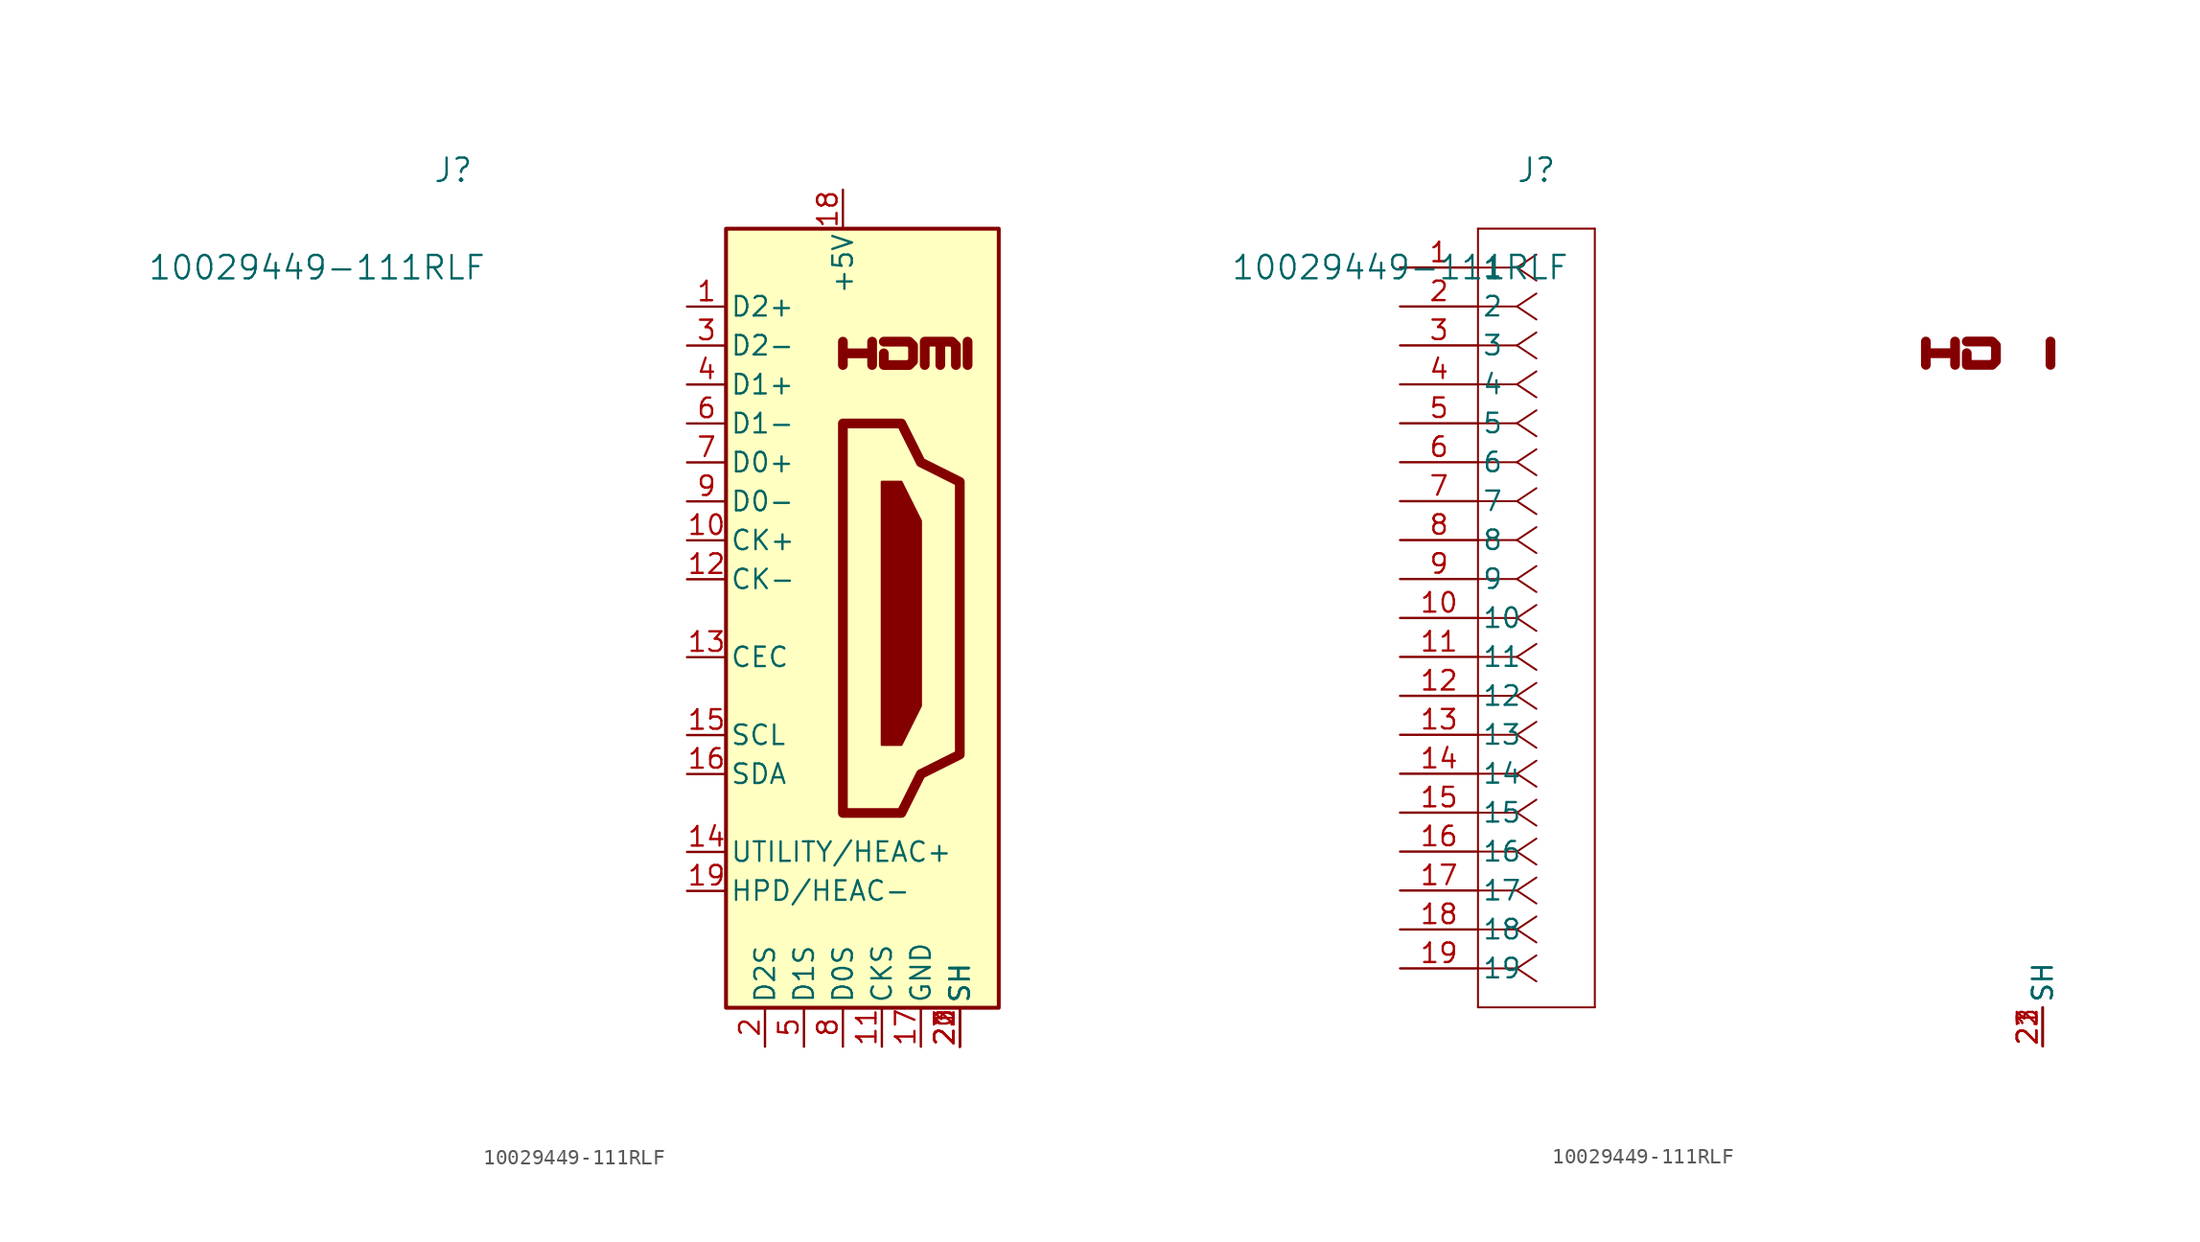
<source format=kicad_sym>
(kicad_symbol_lib
  (version 20220914)
  (generator kicad_symbol_editor)
  (symbol "10029449-111RLF"
    (pin_names
      (offset 0.254))
    (property "Reference" "J"
      (at 8.89 6.35 0)
      (effects (font (size 1.524 1.524))))
    (property "Value" "10029449-111RLF"
      (at 0 0 0)
      (effects (font (size 1.524 1.524))))
    (property "ki_locked" ""
      (at 0 0 0)
      (effects (font (size 1.27 1.27))))
    (symbol "10029449-111RLF_0_0"
      (polyline (pts (xy 42.418 -6.35) (xy 42.418 -4.826)) (stroke (width 0.635) (type default)) (fill (type none)))
      (polyline (pts (xy 34.29 -6.35) (xy 34.29 -4.826) (xy 34.29 -5.588) (xy 36.195 -5.588) (xy 36.195 -4.826) (xy 36.195 -6.35)) (stroke (width 0.635) (type default)) (fill (type none)))
      (polyline (pts (xy 36.957 -4.826) (xy 38.608 -4.826) (xy 38.862 -5.08) (xy 38.862 -6.096) (xy 38.608 -6.35) (xy 36.957 -6.35) (xy 36.957 -5.588)) (stroke (width 0.635) (type default)) (fill (type none))))
    (symbol "10029449-111RLF_0_1"
      (polyline (pts (xy 36.83 -13.97) (xy 38.1 -13.97) (xy 39.37 -16.51) (xy 39.37 -28.575) (xy 38.1 -31.115) (xy 36.83 -31.115) (xy 36.83 -13.97)) (stroke (width 0) (type default)) (fill (type outline)))
      (polyline (pts (xy 39.624 -6.35) (xy 39.624 -4.826) (xy 40.64 -4.826) (xy 40.64 -6.35) (xy 40.64 -4.826) (xy 41.402 -4.826) (xy 41.656 -5.08) (xy 41.656 -6.35)) (stroke (width 0.635) (type default)) (fill (type none)))
      (polyline (pts (xy 34.29 -10.16) (xy 34.29 -35.56) (xy 38.1 -35.56) (xy 39.37 -33.02) (xy 41.91 -31.75) (xy 41.91 -13.97) (xy 39.37 -12.7) (xy 38.1 -10.16) (xy 34.29 -10.16)) (stroke (width 0.635) (type default)) (fill (type none)))
      (rectangle (start 26.67 2.54) (end 44.45 -48.26) (stroke (width 0.254) (type default)) (fill (type background))))
    (symbol "10029449-111RLF_1_0"
      (pin passive line (at 41.91 -50.8 90) (length 2.54) (name "SH" (effects (font (size 1.27 1.27)))) (number "21" (effects (font (size 1.27 1.27)))))
      (pin passive line (at 41.91 -50.8 90) (length 2.54) (name "SH" (effects (font (size 1.27 1.27)))) (number "22" (effects (font (size 1.27 1.27)))))
      (pin passive line (at 41.91 -50.8 90) (length 2.54) (name "SH" (effects (font (size 1.27 1.27)))) (number "23" (effects (font (size 1.27 1.27))))))
    (symbol "10029449-111RLF_1_1"
      (pin passive line (at 24.13 -2.54 0) (length 2.54) (name "D2+" (effects (font (size 1.27 1.27)))) (number "1" (effects (font (size 1.27 1.27)))))
      (pin passive line (at 24.13 -17.78 0) (length 2.54) (name "CK+" (effects (font (size 1.27 1.27)))) (number "10" (effects (font (size 1.27 1.27)))))
      (pin power_in line (at 36.83 -50.8 90) (length 2.54) (name "CKS" (effects (font (size 1.27 1.27)))) (number "11" (effects (font (size 1.27 1.27)))))
      (pin passive line (at 24.13 -20.32 0) (length 2.54) (name "CK-" (effects (font (size 1.27 1.27)))) (number "12" (effects (font (size 1.27 1.27)))))
      (pin bidirectional line (at 24.13 -25.4 0) (length 2.54) (name "CEC" (effects (font (size 1.27 1.27)))) (number "13" (effects (font (size 1.27 1.27)))))
      (pin passive line (at 24.13 -38.1 0) (length 2.54) (name "UTILITY/HEAC+" (effects (font (size 1.27 1.27)))) (number "14" (effects (font (size 1.27 1.27)))))
      (pin passive line (at 24.13 -30.48 0) (length 2.54) (name "SCL" (effects (font (size 1.27 1.27)))) (number "15" (effects (font (size 1.27 1.27)))))
      (pin bidirectional line (at 24.13 -33.02 0) (length 2.54) (name "SDA" (effects (font (size 1.27 1.27)))) (number "16" (effects (font (size 1.27 1.27)))))
      (pin power_in line (at 39.37 -50.8 90) (length 2.54) (name "GND" (effects (font (size 1.27 1.27)))) (number "17" (effects (font (size 1.27 1.27)))))
      (pin power_in line (at 34.29 5.08 270) (length 2.54) (name "+5V" (effects (font (size 1.27 1.27)))) (number "18" (effects (font (size 1.27 1.27)))))
      (pin passive line (at 24.13 -40.64 0) (length 2.54) (name "HPD/HEAC-" (effects (font (size 1.27 1.27)))) (number "19" (effects (font (size 1.27 1.27)))))
      (pin power_in line (at 29.21 -50.8 90) (length 2.54) (name "D2S" (effects (font (size 1.27 1.27)))) (number "2" (effects (font (size 1.27 1.27)))))
      (pin passive line (at 41.91 -50.8 90) (length 2.54) (name "SH" (effects (font (size 1.27 1.27)))) (number "20" (effects (font (size 1.27 1.27)))))
      (pin passive line (at 24.13 -5.08 0) (length 2.54) (name "D2-" (effects (font (size 1.27 1.27)))) (number "3" (effects (font (size 1.27 1.27)))))
      (pin passive line (at 24.13 -7.62 0) (length 2.54) (name "D1+" (effects (font (size 1.27 1.27)))) (number "4" (effects (font (size 1.27 1.27)))))
      (pin power_in line (at 31.75 -50.8 90) (length 2.54) (name "D1S" (effects (font (size 1.27 1.27)))) (number "5" (effects (font (size 1.27 1.27)))))
      (pin passive line (at 24.13 -10.16 0) (length 2.54) (name "D1-" (effects (font (size 1.27 1.27)))) (number "6" (effects (font (size 1.27 1.27)))))
      (pin passive line (at 24.13 -12.7 0) (length 2.54) (name "D0+" (effects (font (size 1.27 1.27)))) (number "7" (effects (font (size 1.27 1.27)))))
      (pin power_in line (at 34.29 -50.8 90) (length 2.54) (name "D0S" (effects (font (size 1.27 1.27)))) (number "8" (effects (font (size 1.27 1.27)))))
      (pin passive line (at 24.13 -15.24 0) (length 2.54) (name "D0-" (effects (font (size 1.27 1.27)))) (number "9" (effects (font (size 1.27 1.27))))))
    (symbol "10029449-111RLF_1_2"
      (polyline (pts (xy 5.08 -48.26) (xy 12.7 -48.26)) (stroke (width 0.127) (type default)) (fill (type none)))
      (polyline (pts (xy 5.08 2.54) (xy 5.08 -48.26)) (stroke (width 0.127) (type default)) (fill (type none)))
      (polyline (pts (xy 7.62 -45.72) (xy 5.08 -45.72)) (stroke (width 0.127) (type default)) (fill (type none)))
      (polyline (pts (xy 7.62 -45.72) (xy 8.89 -46.567)) (stroke (width 0.127) (type default)) (fill (type none)))
      (polyline (pts (xy 7.62 -45.72) (xy 8.89 -44.873)) (stroke (width 0.127) (type default)) (fill (type none)))
      (polyline (pts (xy 7.62 -43.18) (xy 5.08 -43.18)) (stroke (width 0.127) (type default)) (fill (type none)))
      (polyline (pts (xy 7.62 -43.18) (xy 8.89 -44.027)) (stroke (width 0.127) (type default)) (fill (type none)))
      (polyline (pts (xy 7.62 -43.18) (xy 8.89 -42.333)) (stroke (width 0.127) (type default)) (fill (type none)))
      (polyline (pts (xy 7.62 -40.64) (xy 5.08 -40.64)) (stroke (width 0.127) (type default)) (fill (type none)))
      (polyline (pts (xy 7.62 -40.64) (xy 8.89 -41.487)) (stroke (width 0.127) (type default)) (fill (type none)))
      (polyline (pts (xy 7.62 -40.64) (xy 8.89 -39.793)) (stroke (width 0.127) (type default)) (fill (type none)))
      (polyline (pts (xy 7.62 -38.1) (xy 5.08 -38.1)) (stroke (width 0.127) (type default)) (fill (type none)))
      (polyline (pts (xy 7.62 -38.1) (xy 8.89 -38.947)) (stroke (width 0.127) (type default)) (fill (type none)))
      (polyline (pts (xy 7.62 -38.1) (xy 8.89 -37.253)) (stroke (width 0.127) (type default)) (fill (type none)))
      (polyline (pts (xy 7.62 -35.56) (xy 5.08 -35.56)) (stroke (width 0.127) (type default)) (fill (type none)))
      (polyline (pts (xy 7.62 -35.56) (xy 8.89 -36.407)) (stroke (width 0.127) (type default)) (fill (type none)))
      (polyline (pts (xy 7.62 -35.56) (xy 8.89 -34.713)) (stroke (width 0.127) (type default)) (fill (type none)))
      (polyline (pts (xy 7.62 -33.02) (xy 5.08 -33.02)) (stroke (width 0.127) (type default)) (fill (type none)))
      (polyline (pts (xy 7.62 -33.02) (xy 8.89 -33.867)) (stroke (width 0.127) (type default)) (fill (type none)))
      (polyline (pts (xy 7.62 -33.02) (xy 8.89 -32.173)) (stroke (width 0.127) (type default)) (fill (type none)))
      (polyline (pts (xy 7.62 -30.48) (xy 5.08 -30.48)) (stroke (width 0.127) (type default)) (fill (type none)))
      (polyline (pts (xy 7.62 -30.48) (xy 8.89 -31.327)) (stroke (width 0.127) (type default)) (fill (type none)))
      (polyline (pts (xy 7.62 -30.48) (xy 8.89 -29.633)) (stroke (width 0.127) (type default)) (fill (type none)))
      (polyline (pts (xy 7.62 -27.94) (xy 5.08 -27.94)) (stroke (width 0.127) (type default)) (fill (type none)))
      (polyline (pts (xy 7.62 -27.94) (xy 8.89 -28.787)) (stroke (width 0.127) (type default)) (fill (type none)))
      (polyline (pts (xy 7.62 -27.94) (xy 8.89 -27.093)) (stroke (width 0.127) (type default)) (fill (type none)))
      (polyline (pts (xy 7.62 -25.4) (xy 5.08 -25.4)) (stroke (width 0.127) (type default)) (fill (type none)))
      (polyline (pts (xy 7.62 -25.4) (xy 8.89 -26.247)) (stroke (width 0.127) (type default)) (fill (type none)))
      (polyline (pts (xy 7.62 -25.4) (xy 8.89 -24.553)) (stroke (width 0.127) (type default)) (fill (type none)))
      (polyline (pts (xy 7.62 -22.86) (xy 5.08 -22.86)) (stroke (width 0.127) (type default)) (fill (type none)))
      (polyline (pts (xy 7.62 -22.86) (xy 8.89 -23.707)) (stroke (width 0.127) (type default)) (fill (type none)))
      (polyline (pts (xy 7.62 -22.86) (xy 8.89 -22.013)) (stroke (width 0.127) (type default)) (fill (type none)))
      (polyline (pts (xy 7.62 -20.32) (xy 5.08 -20.32)) (stroke (width 0.127) (type default)) (fill (type none)))
      (polyline (pts (xy 7.62 -20.32) (xy 8.89 -21.167)) (stroke (width 0.127) (type default)) (fill (type none)))
      (polyline (pts (xy 7.62 -20.32) (xy 8.89 -19.473)) (stroke (width 0.127) (type default)) (fill (type none)))
      (polyline (pts (xy 7.62 -17.78) (xy 5.08 -17.78)) (stroke (width 0.127) (type default)) (fill (type none)))
      (polyline (pts (xy 7.62 -17.78) (xy 8.89 -18.627)) (stroke (width 0.127) (type default)) (fill (type none)))
      (polyline (pts (xy 7.62 -17.78) (xy 8.89 -16.933)) (stroke (width 0.127) (type default)) (fill (type none)))
      (polyline (pts (xy 7.62 -15.24) (xy 5.08 -15.24)) (stroke (width 0.127) (type default)) (fill (type none)))
      (polyline (pts (xy 7.62 -15.24) (xy 8.89 -16.087)) (stroke (width 0.127) (type default)) (fill (type none)))
      (polyline (pts (xy 7.62 -15.24) (xy 8.89 -14.393)) (stroke (width 0.127) (type default)) (fill (type none)))
      (polyline (pts (xy 7.62 -12.7) (xy 5.08 -12.7)) (stroke (width 0.127) (type default)) (fill (type none)))
      (polyline (pts (xy 7.62 -12.7) (xy 8.89 -13.547)) (stroke (width 0.127) (type default)) (fill (type none)))
      (polyline (pts (xy 7.62 -12.7) (xy 8.89 -11.853)) (stroke (width 0.127) (type default)) (fill (type none)))
      (polyline (pts (xy 7.62 -10.16) (xy 5.08 -10.16)) (stroke (width 0.127) (type default)) (fill (type none)))
      (polyline (pts (xy 7.62 -10.16) (xy 8.89 -11.007)) (stroke (width 0.127) (type default)) (fill (type none)))
      (polyline (pts (xy 7.62 -10.16) (xy 8.89 -9.313)) (stroke (width 0.127) (type default)) (fill (type none)))
      (polyline (pts (xy 7.62 -7.62) (xy 5.08 -7.62)) (stroke (width 0.127) (type default)) (fill (type none)))
      (polyline (pts (xy 7.62 -7.62) (xy 8.89 -8.467)) (stroke (width 0.127) (type default)) (fill (type none)))
      (polyline (pts (xy 7.62 -7.62) (xy 8.89 -6.773)) (stroke (width 0.127) (type default)) (fill (type none)))
      (polyline (pts (xy 7.62 -5.08) (xy 5.08 -5.08)) (stroke (width 0.127) (type default)) (fill (type none)))
      (polyline (pts (xy 7.62 -5.08) (xy 8.89 -5.927)) (stroke (width 0.127) (type default)) (fill (type none)))
      (polyline (pts (xy 7.62 -5.08) (xy 8.89 -4.233)) (stroke (width 0.127) (type default)) (fill (type none)))
      (polyline (pts (xy 7.62 -2.54) (xy 5.08 -2.54)) (stroke (width 0.127) (type default)) (fill (type none)))
      (polyline (pts (xy 7.62 -2.54) (xy 8.89 -3.387)) (stroke (width 0.127) (type default)) (fill (type none)))
      (polyline (pts (xy 7.62 -2.54) (xy 8.89 -1.693)) (stroke (width 0.127) (type default)) (fill (type none)))
      (polyline (pts (xy 7.62 0) (xy 5.08 0)) (stroke (width 0.127) (type default)) (fill (type none)))
      (polyline (pts (xy 7.62 0) (xy 8.89 -0.847)) (stroke (width 0.127) (type default)) (fill (type none)))
      (polyline (pts (xy 7.62 0) (xy 8.89 0.847)) (stroke (width 0.127) (type default)) (fill (type none)))
      (polyline (pts (xy 12.7 -48.26) (xy 12.7 2.54)) (stroke (width 0.127) (type default)) (fill (type none)))
      (polyline (pts (xy 12.7 2.54) (xy 5.08 2.54)) (stroke (width 0.127) (type default)) (fill (type none)))
      (pin unspecified line (at 0 0 0) (length 5.08) (name "1" (effects (font (size 1.27 1.27)))) (number "1" (effects (font (size 1.27 1.27)))))
      (pin unspecified line (at 0 -22.86 0) (length 5.08) (name "10" (effects (font (size 1.27 1.27)))) (number "10" (effects (font (size 1.27 1.27)))))
      (pin unspecified line (at 0 -25.4 0) (length 5.08) (name "11" (effects (font (size 1.27 1.27)))) (number "11" (effects (font (size 1.27 1.27)))))
      (pin unspecified line (at 0 -27.94 0) (length 5.08) (name "12" (effects (font (size 1.27 1.27)))) (number "12" (effects (font (size 1.27 1.27)))))
      (pin unspecified line (at 0 -30.48 0) (length 5.08) (name "13" (effects (font (size 1.27 1.27)))) (number "13" (effects (font (size 1.27 1.27)))))
      (pin unspecified line (at 0 -33.02 0) (length 5.08) (name "14" (effects (font (size 1.27 1.27)))) (number "14" (effects (font (size 1.27 1.27)))))
      (pin unspecified line (at 0 -35.56 0) (length 5.08) (name "15" (effects (font (size 1.27 1.27)))) (number "15" (effects (font (size 1.27 1.27)))))
      (pin unspecified line (at 0 -38.1 0) (length 5.08) (name "16" (effects (font (size 1.27 1.27)))) (number "16" (effects (font (size 1.27 1.27)))))
      (pin unspecified line (at 0 -40.64 0) (length 5.08) (name "17" (effects (font (size 1.27 1.27)))) (number "17" (effects (font (size 1.27 1.27)))))
      (pin unspecified line (at 0 -43.18 0) (length 5.08) (name "18" (effects (font (size 1.27 1.27)))) (number "18" (effects (font (size 1.27 1.27)))))
      (pin unspecified line (at 0 -45.72 0) (length 5.08) (name "19" (effects (font (size 1.27 1.27)))) (number "19" (effects (font (size 1.27 1.27)))))
      (pin unspecified line (at 0 -2.54 0) (length 5.08) (name "2" (effects (font (size 1.27 1.27)))) (number "2" (effects (font (size 1.27 1.27)))))
      (pin unspecified line (at 0 -5.08 0) (length 5.08) (name "3" (effects (font (size 1.27 1.27)))) (number "3" (effects (font (size 1.27 1.27)))))
      (pin unspecified line (at 0 -7.62 0) (length 5.08) (name "4" (effects (font (size 1.27 1.27)))) (number "4" (effects (font (size 1.27 1.27)))))
      (pin unspecified line (at 0 -10.16 0) (length 5.08) (name "5" (effects (font (size 1.27 1.27)))) (number "5" (effects (font (size 1.27 1.27)))))
      (pin unspecified line (at 0 -12.7 0) (length 5.08) (name "6" (effects (font (size 1.27 1.27)))) (number "6" (effects (font (size 1.27 1.27)))))
      (pin unspecified line (at 0 -15.24 0) (length 5.08) (name "7" (effects (font (size 1.27 1.27)))) (number "7" (effects (font (size 1.27 1.27)))))
      (pin unspecified line (at 0 -17.78 0) (length 5.08) (name "8" (effects (font (size 1.27 1.27)))) (number "8" (effects (font (size 1.27 1.27)))))
      (pin unspecified line (at 0 -20.32 0) (length 5.08) (name "9" (effects (font (size 1.27 1.27)))) (number "9" (effects (font (size 1.27 1.27))))))))
</source>
